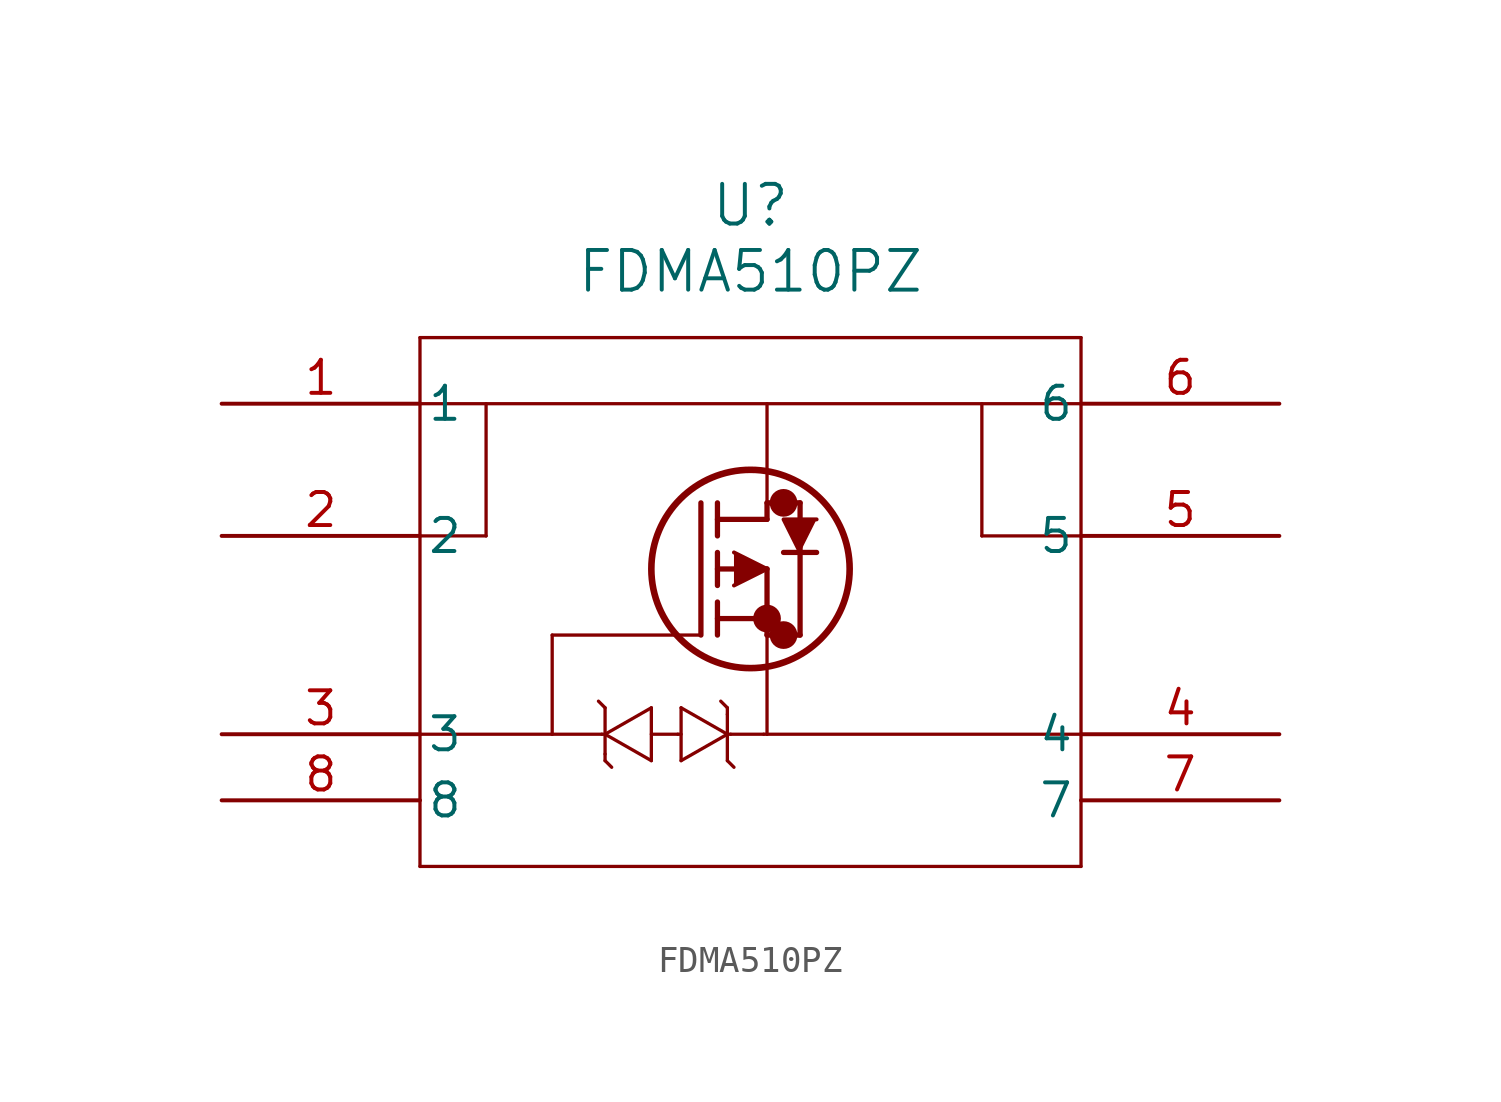
<source format=kicad_sym>
(kicad_symbol_lib
  (version 20211014)
  (generator kicad_symbol_editor)
  (symbol "FDMA510PZ"
    (pin_names
      (offset 0.254))
    (property "Reference" "U"
      (at 20.32 7.62 0)
      (effects (font (size 1.524 1.524))))
    (property "Value" "FDMA510PZ"
      (at 20.32 5.08 0)
      (effects (font (size 1.524 1.524))))
    (polyline
      (pts (xy 7.62 2.54) (xy 7.62 -17.78))
      (stroke (width 0.127) (type default) (color 0 0 0 0))
      (fill (type none)))
    (polyline
      (pts (xy 7.62 -17.78) (xy 33.02 -17.78))
      (stroke (width 0.127) (type default) (color 0 0 0 0))
      (fill (type none)))
    (polyline
      (pts (xy 33.02 -17.78) (xy 33.02 2.54))
      (stroke (width 0.127) (type default) (color 0 0 0 0))
      (fill (type none)))
    (polyline
      (pts (xy 33.02 2.54) (xy 7.62 2.54))
      (stroke (width 0.127) (type default) (color 0 0 0 0))
      (fill (type none)))
    (circle
      (center 21.59 -3.81)
      (radius 0.025)
      (stroke (width 0.508) (type default) (color 0 0 0 0))
      (fill (type none)))
    (circle
      (center 21.59 -8.89)
      (radius 0.025)
      (stroke (width 0.508) (type default) (color 0 0 0 0))
      (fill (type none)))
    (circle
      (center 20.955 -8.255)
      (radius 0.025)
      (stroke (width 0.508) (type default) (color 0 0 0 0))
      (fill (type none)))
    (circle
      (center 20.32 -6.35)
      (radius 3.81)
      (stroke (width 0.254) (type default) (color 0 0 0 0))
      (fill (type none)))
    (polyline
      (pts (xy 18.415 -8.89) (xy 18.415 -3.81))
      (stroke (width 0.203) (type default) (color 0 0 0 0))
      (fill (type none)))
    (polyline
      (pts (xy 19.05 -6.985) (xy 19.05 -5.715))
      (stroke (width 0.203) (type default) (color 0 0 0 0))
      (fill (type none)))
    (polyline
      (pts (xy 19.05 -8.89) (xy 19.05 -7.62))
      (stroke (width 0.203) (type default) (color 0 0 0 0))
      (fill (type none)))
    (polyline
      (pts (xy 19.05 -5.08) (xy 19.05 -3.81))
      (stroke (width 0.203) (type default) (color 0 0 0 0))
      (fill (type none)))
    (polyline
      (pts (xy 19.05 -6.35) (xy 20.955 -6.35))
      (stroke (width 0.203) (type default) (color 0 0 0 0))
      (fill (type none)))
    (polyline
      (pts (xy 19.05 -8.255) (xy 20.955 -8.255))
      (stroke (width 0.203) (type default) (color 0 0 0 0))
      (fill (type none)))
    (polyline
      (pts (xy 20.955 -8.89) (xy 20.955 -6.35))
      (stroke (width 0.203) (type default) (color 0 0 0 0))
      (fill (type none)))
    (polyline
      (pts (xy 20.955 -8.89) (xy 22.225 -8.89))
      (stroke (width 0.203) (type default) (color 0 0 0 0))
      (fill (type none)))
    (polyline
      (pts (xy 19.05 -4.445) (xy 20.955 -4.445))
      (stroke (width 0.203) (type default) (color 0 0 0 0))
      (fill (type none)))
    (polyline
      (pts (xy 22.225 -5.715) (xy 22.225 -3.81))
      (stroke (width 0.203) (type default) (color 0 0 0 0))
      (fill (type none)))
    (polyline
      (pts (xy 22.225 -8.89) (xy 22.225 -5.715))
      (stroke (width 0.203) (type default) (color 0 0 0 0))
      (fill (type none)))
    (polyline
      (pts (xy 22.86 -5.715) (xy 21.59 -5.715))
      (stroke (width 0.203) (type default) (color 0 0 0 0))
      (fill (type none)))
    (polyline
      (pts (xy 20.955 -3.81) (xy 22.225 -3.81))
      (stroke (width 0.203) (type default) (color 0 0 0 0))
      (fill (type none)))
    (polyline
      (pts (xy 20.955 -4.445) (xy 20.955 -3.81))
      (stroke (width 0.203) (type default) (color 0 0 0 0))
      (fill (type none)))
    (polyline
      (pts (xy 19.685 -5.715) (xy 20.955 -6.35) (xy 19.685 -6.985))
      (stroke (width 0) (type default) (color 0 0 0 0))
      (fill (type outline)))
    (polyline
      (pts (xy 22.86 -4.445) (xy 21.59 -4.445) (xy 22.225 -5.715))
      (stroke (width 0) (type default) (color 0 0 0 0))
      (fill (type outline)))
    (polyline
      (pts (xy 7.62 0) (xy 33.02 0))
      (stroke (width 0.127) (type default) (color 0 0 0 0))
      (fill (type none)))
    (polyline
      (pts (xy 33.02 -5.08) (xy 29.21 -5.08))
      (stroke (width 0.127) (type default) (color 0 0 0 0))
      (fill (type none)))
    (polyline
      (pts (xy 29.21 -5.08) (xy 29.21 0))
      (stroke (width 0.127) (type default) (color 0 0 0 0))
      (fill (type none)))
    (polyline
      (pts (xy 7.62 -5.08) (xy 10.16 -5.08))
      (stroke (width 0.127) (type default) (color 0 0 0 0))
      (fill (type none)))
    (polyline
      (pts (xy 10.16 -5.08) (xy 10.16 0))
      (stroke (width 0.127) (type default) (color 0 0 0 0))
      (fill (type none)))
    (polyline
      (pts (xy 7.62 -12.7) (xy 12.7 -12.7))
      (stroke (width 0.127) (type default) (color 0 0 0 0))
      (fill (type none)))
    (polyline
      (pts (xy 12.7 -12.7) (xy 12.7 -8.89))
      (stroke (width 0.127) (type default) (color 0 0 0 0))
      (fill (type none)))
    (polyline
      (pts (xy 12.7 -8.89) (xy 18.415 -8.89))
      (stroke (width 0.127) (type default) (color 0 0 0 0))
      (fill (type none)))
    (polyline
      (pts (xy 12.7 -12.7) (xy 14.605 -12.7))
      (stroke (width 0.127) (type default) (color 0 0 0 0))
      (fill (type none)))
    (polyline
      (pts (xy 14.605 -12.7) (xy 14.732 -12.7))
      (stroke (width 0.127) (type default) (color 0 0 0 0))
      (fill (type none)))
    (polyline
      (pts (xy 14.732 -12.7) (xy 14.732 -11.684))
      (stroke (width 0.127) (type default) (color 0 0 0 0))
      (fill (type none)))
    (polyline
      (pts (xy 14.732 -12.7) (xy 14.732 -13.462))
      (stroke (width 0.127) (type default) (color 0 0 0 0))
      (fill (type none)))
    (polyline
      (pts (xy 14.732 -13.462) (xy 14.732 -13.716))
      (stroke (width 0.127) (type default) (color 0 0 0 0))
      (fill (type none)))
    (polyline
      (pts (xy 14.732 -11.684) (xy 14.478 -11.43))
      (stroke (width 0.127) (type default) (color 0 0 0 0))
      (fill (type none)))
    (polyline
      (pts (xy 14.732 -13.716) (xy 14.986 -13.97))
      (stroke (width 0.127) (type default) (color 0 0 0 0))
      (fill (type none)))
    (polyline
      (pts (xy 14.732 -12.7) (xy 16.51 -11.684))
      (stroke (width 0.127) (type default) (color 0 0 0 0))
      (fill (type none)))
    (polyline
      (pts (xy 16.51 -13.716) (xy 16.51 -11.684))
      (stroke (width 0.127) (type default) (color 0 0 0 0))
      (fill (type none)))
    (polyline
      (pts (xy 16.51 -13.716) (xy 14.732 -12.7))
      (stroke (width 0.127) (type default) (color 0 0 0 0))
      (fill (type none)))
    (polyline
      (pts (xy 20.828 -12.7) (xy 19.558 -12.7))
      (stroke (width 0.127) (type default) (color 0 0 0 0))
      (fill (type none)))
    (polyline
      (pts (xy 19.558 -12.7) (xy 19.431 -12.7))
      (stroke (width 0.127) (type default) (color 0 0 0 0))
      (fill (type none)))
    (polyline
      (pts (xy 19.431 -12.7) (xy 19.431 -13.716))
      (stroke (width 0.127) (type default) (color 0 0 0 0))
      (fill (type none)))
    (polyline
      (pts (xy 19.431 -12.7) (xy 19.431 -11.938))
      (stroke (width 0.127) (type default) (color 0 0 0 0))
      (fill (type none)))
    (polyline
      (pts (xy 19.431 -11.938) (xy 19.431 -11.684))
      (stroke (width 0.127) (type default) (color 0 0 0 0))
      (fill (type none)))
    (polyline
      (pts (xy 19.431 -13.716) (xy 19.685 -13.97))
      (stroke (width 0.127) (type default) (color 0 0 0 0))
      (fill (type none)))
    (polyline
      (pts (xy 19.431 -11.684) (xy 19.177 -11.43))
      (stroke (width 0.127) (type default) (color 0 0 0 0))
      (fill (type none)))
    (polyline
      (pts (xy 19.431 -12.7) (xy 17.653 -13.716))
      (stroke (width 0.127) (type default) (color 0 0 0 0))
      (fill (type none)))
    (polyline
      (pts (xy 17.653 -11.684) (xy 19.431 -12.7))
      (stroke (width 0.127) (type default) (color 0 0 0 0))
      (fill (type none)))
    (polyline
      (pts (xy 17.653 -11.684) (xy 17.653 -13.716))
      (stroke (width 0.127) (type default) (color 0 0 0 0))
      (fill (type none)))
    (polyline
      (pts (xy 17.526 -12.7) (xy 16.51 -12.7))
      (stroke (width 0.127) (type default) (color 0 0 0 0))
      (fill (type none)))
    (polyline
      (pts (xy 17.526 -12.7) (xy 17.653 -12.7))
      (stroke (width 0.127) (type default) (color 0 0 0 0))
      (fill (type none)))
    (polyline
      (pts (xy 20.955 -8.89) (xy 20.955 -12.7))
      (stroke (width 0.127) (type default) (color 0 0 0 0))
      (fill (type none)))
    (polyline
      (pts (xy 20.955 -12.7) (xy 20.828 -12.7))
      (stroke (width 0.127) (type default) (color 0 0 0 0))
      (fill (type none)))
    (polyline
      (pts (xy 20.955 -12.7) (xy 33.02 -12.7))
      (stroke (width 0.127) (type default) (color 0 0 0 0))
      (fill (type none)))
    (polyline
      (pts (xy 20.955 -3.81) (xy 20.955 0))
      (stroke (width 0.127) (type default) (color 0 0 0 0))
      (fill (type none)))
    (pin unspecified line
      (at 0 0 0)
      (length 7.62)
      (name "1" (effects (font (size 1.27 1.27))))
      (number "1" (effects (font (size 1.27 1.27)))))
    (pin unspecified line
      (at 0 -5.08 0)
      (length 7.62)
      (name "2" (effects (font (size 1.27 1.27))))
      (number "2" (effects (font (size 1.27 1.27)))))
    (pin unspecified line
      (at 0 -12.7 0)
      (length 7.62)
      (name "3" (effects (font (size 1.27 1.27))))
      (number "3" (effects (font (size 1.27 1.27)))))
    (pin unspecified line
      (at 40.64 -12.7 180)
      (length 7.62)
      (name "4" (effects (font (size 1.27 1.27))))
      (number "4" (effects (font (size 1.27 1.27)))))
    (pin unspecified line
      (at 40.64 -5.08 180)
      (length 7.62)
      (name "5" (effects (font (size 1.27 1.27))))
      (number "5" (effects (font (size 1.27 1.27)))))
    (pin unspecified line
      (at 40.64 0 180)
      (length 7.62)
      (name "6" (effects (font (size 1.27 1.27))))
      (number "6" (effects (font (size 1.27 1.27)))))
    (pin unspecified line
      (at 40.64 -15.24 180)
      (length 7.62)
      (name "7" (effects (font (size 1.27 1.27))))
      (number "7" (effects (font (size 1.27 1.27)))))
    (pin unspecified line
      (at 0 -15.24 0)
      (length 7.62)
      (name "8" (effects (font (size 1.27 1.27))))
      (number "8" (effects (font (size 1.27 1.27)))))))
</source>
